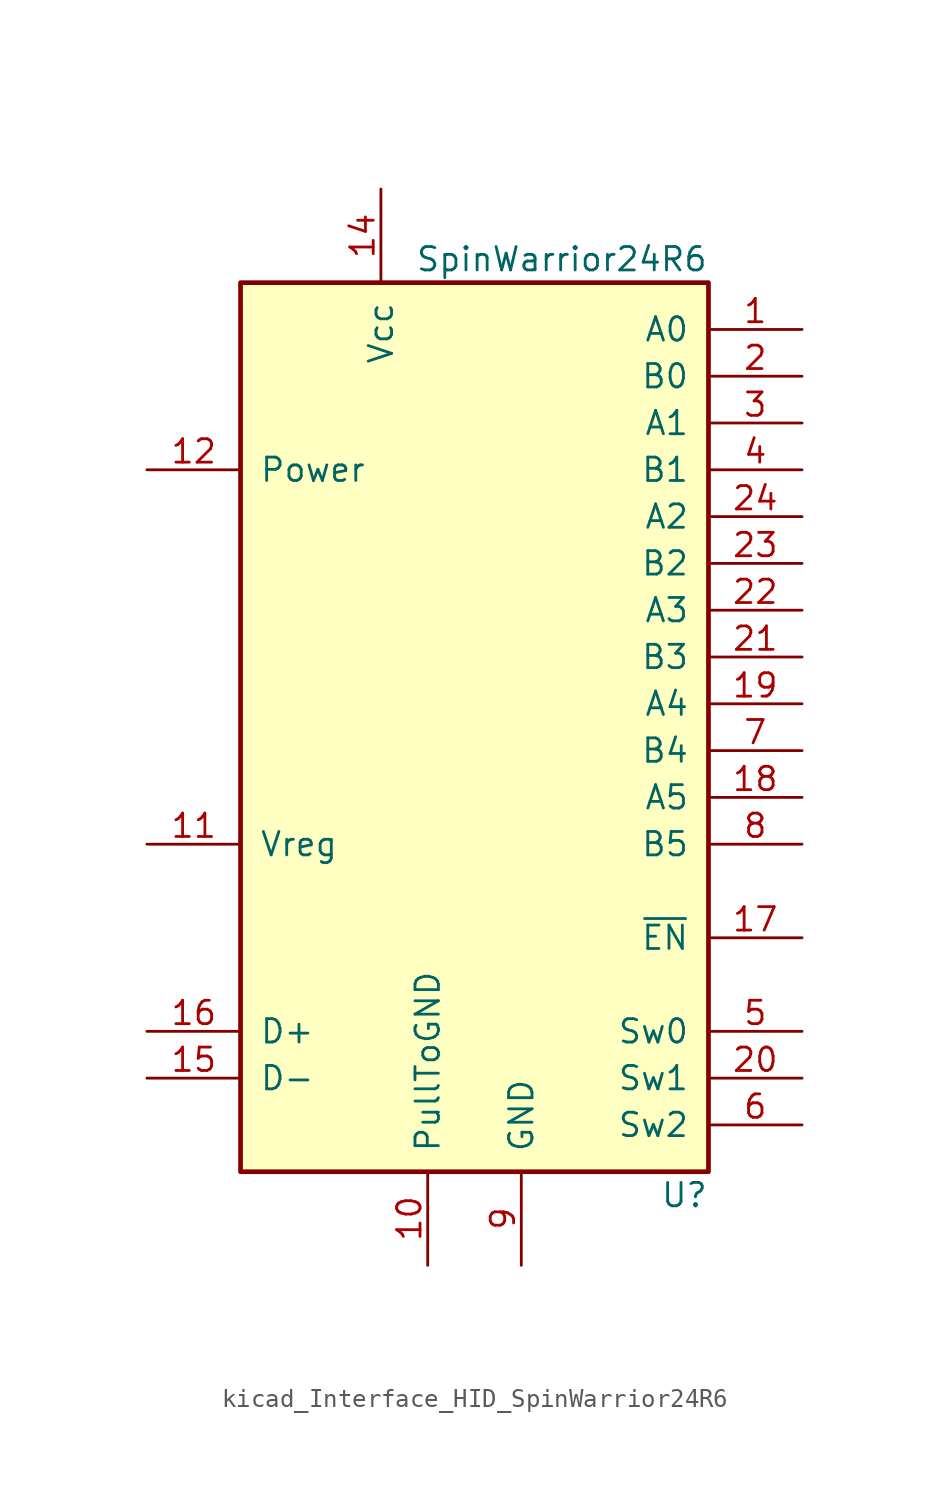
<source format=kicad_sym>
(kicad_symbol_lib
  (version 20220914)
  (generator kicad_symbol_editor)
  (symbol "kicad_Interface_HID_SpinWarrior24R6"
    (pin_names
      (offset 1.016))
    (property "Reference" "U"
      (at 12.7 -24.13 0)
      (effects (font (size 1.27 1.27)) (justify right)))
    (property "Value" "SpinWarrior24R6"
      (at 12.7 26.67 0)
      (effects (font (size 1.27 1.27)) (justify right)))
    (symbol "kicad_Interface_HID_SpinWarrior24R6_1_1"
      (rectangle (start -12.7 25.4) (end 12.7 -22.86) (stroke (width 0.254) (type default)) (fill (type background)))
      (pin input line (at 17.78 22.86 180) (length 5.08) (name "A0" (effects (font (size 1.27 1.27)))) (number "1" (effects (font (size 1.27 1.27)))))
      (pin input line (at -2.54 -27.94 90) (length 5.08) (name "PullToGND" (effects (font (size 1.27 1.27)))) (number "10" (effects (font (size 1.27 1.27)))))
      (pin power_out line (at -17.78 -5.08 0) (length 5.08) (name "Vreg" (effects (font (size 1.27 1.27)))) (number "11" (effects (font (size 1.27 1.27)))))
      (pin input line (at -17.78 15.24 0) (length 5.08) (name "Power" (effects (font (size 1.27 1.27)))) (number "12" (effects (font (size 1.27 1.27)))))
      (pin no_connect line (at -12.7 22.86 0) (length 5.08) hide (name "NC" (effects (font (size 1.27 1.27)))) (number "13" (effects (font (size 1.27 1.27)))))
      (pin power_in line (at -5.08 30.48 270) (length 5.08) (name "Vcc" (effects (font (size 1.27 1.27)))) (number "14" (effects (font (size 1.27 1.27)))))
      (pin bidirectional line (at -17.78 -17.78 0) (length 5.08) (name "D-" (effects (font (size 1.27 1.27)))) (number "15" (effects (font (size 1.27 1.27)))))
      (pin bidirectional line (at -17.78 -15.24 0) (length 5.08) (name "D+" (effects (font (size 1.27 1.27)))) (number "16" (effects (font (size 1.27 1.27)))))
      (pin open_collector line (at 17.78 -10.16 180) (length 5.08) (name "~{EN}" (effects (font (size 1.27 1.27)))) (number "17" (effects (font (size 1.27 1.27)))))
      (pin input line (at 17.78 -2.54 180) (length 5.08) (name "A5" (effects (font (size 1.27 1.27)))) (number "18" (effects (font (size 1.27 1.27)))))
      (pin input line (at 17.78 2.54 180) (length 5.08) (name "A4" (effects (font (size 1.27 1.27)))) (number "19" (effects (font (size 1.27 1.27)))))
      (pin input line (at 17.78 20.32 180) (length 5.08) (name "B0" (effects (font (size 1.27 1.27)))) (number "2" (effects (font (size 1.27 1.27)))))
      (pin input line (at 17.78 -17.78 180) (length 5.08) (name "Sw1" (effects (font (size 1.27 1.27)))) (number "20" (effects (font (size 1.27 1.27)))))
      (pin input line (at 17.78 5.08 180) (length 5.08) (name "B3" (effects (font (size 1.27 1.27)))) (number "21" (effects (font (size 1.27 1.27)))))
      (pin input line (at 17.78 7.62 180) (length 5.08) (name "A3" (effects (font (size 1.27 1.27)))) (number "22" (effects (font (size 1.27 1.27)))))
      (pin input line (at 17.78 10.16 180) (length 5.08) (name "B2" (effects (font (size 1.27 1.27)))) (number "23" (effects (font (size 1.27 1.27)))))
      (pin input line (at 17.78 12.7 180) (length 5.08) (name "A2" (effects (font (size 1.27 1.27)))) (number "24" (effects (font (size 1.27 1.27)))))
      (pin input line (at 17.78 17.78 180) (length 5.08) (name "A1" (effects (font (size 1.27 1.27)))) (number "3" (effects (font (size 1.27 1.27)))))
      (pin input line (at 17.78 15.24 180) (length 5.08) (name "B1" (effects (font (size 1.27 1.27)))) (number "4" (effects (font (size 1.27 1.27)))))
      (pin input line (at 17.78 -15.24 180) (length 5.08) (name "Sw0" (effects (font (size 1.27 1.27)))) (number "5" (effects (font (size 1.27 1.27)))))
      (pin input line (at 17.78 -20.32 180) (length 5.08) (name "Sw2" (effects (font (size 1.27 1.27)))) (number "6" (effects (font (size 1.27 1.27)))))
      (pin input line (at 17.78 0 180) (length 5.08) (name "B4" (effects (font (size 1.27 1.27)))) (number "7" (effects (font (size 1.27 1.27)))))
      (pin input line (at 17.78 -5.08 180) (length 5.08) (name "B5" (effects (font (size 1.27 1.27)))) (number "8" (effects (font (size 1.27 1.27)))))
      (pin power_in line (at 2.54 -27.94 90) (length 5.08) (name "GND" (effects (font (size 1.27 1.27)))) (number "9" (effects (font (size 1.27 1.27))))))))
</source>
